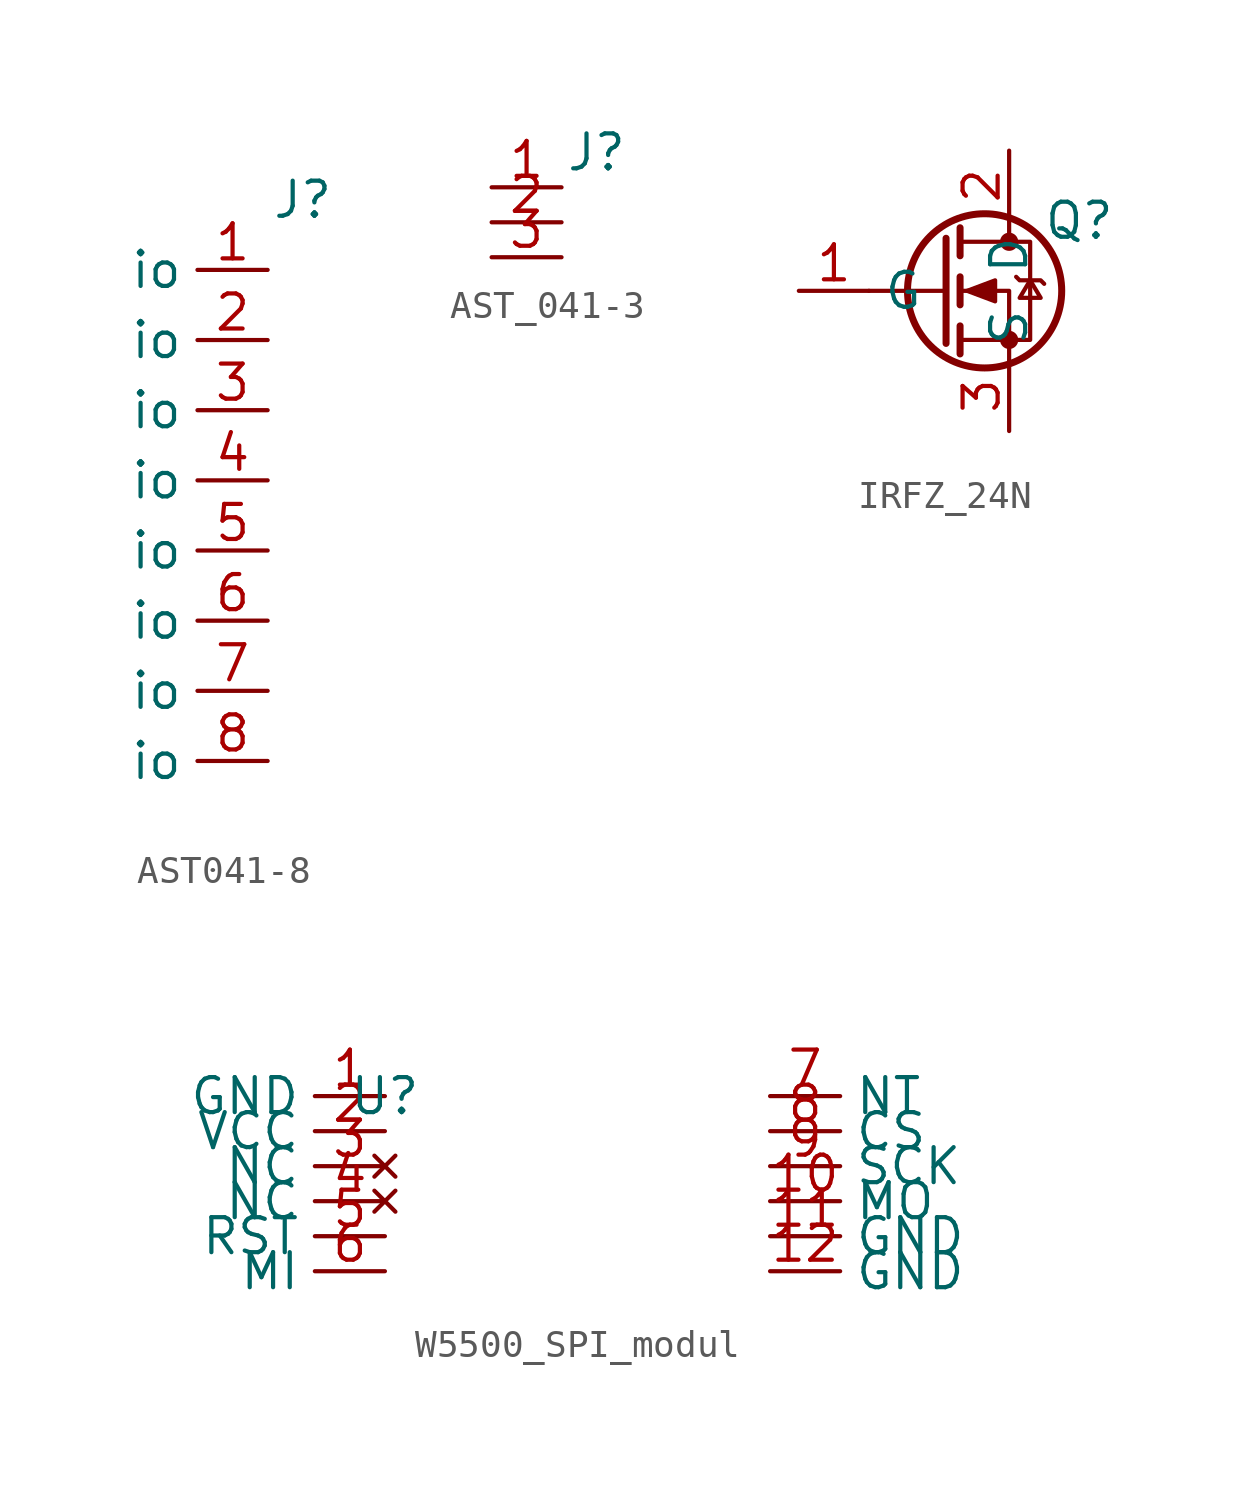
<source format=kicad_sym>
(kicad_symbol_lib
  (version 20220914)
  (generator kicad_symbol_editor)
  (symbol "AST041-8"
    (property "Reference" "J"
      (at 1.27 2.54 0)
      (effects (font (size 1.27 1.27))))
    (property "Value" ""
      (at 1.27 2.54 0)
      (effects (font (size 1.27 1.27))))
    (symbol "AST041-8_1_1"
      (pin bidirectional line (at 0 0 180) (length 2.54) (name "io" (effects (font (size 1.27 1.27)))) (number "1" (effects (font (size 1.27 1.27)))))
      (pin bidirectional line (at 0 -2.54 180) (length 2.54) (name "io" (effects (font (size 1.27 1.27)))) (number "2" (effects (font (size 1.27 1.27)))))
      (pin bidirectional line (at 0 -5.08 180) (length 2.54) (name "io" (effects (font (size 1.27 1.27)))) (number "3" (effects (font (size 1.27 1.27)))))
      (pin bidirectional line (at 0 -7.62 180) (length 2.54) (name "io" (effects (font (size 1.27 1.27)))) (number "4" (effects (font (size 1.27 1.27)))))
      (pin bidirectional line (at 0 -10.16 180) (length 2.54) (name "io" (effects (font (size 1.27 1.27)))) (number "5" (effects (font (size 1.27 1.27)))))
      (pin bidirectional line (at 0 -12.7 180) (length 2.54) (name "io" (effects (font (size 1.27 1.27)))) (number "6" (effects (font (size 1.27 1.27)))))
      (pin bidirectional line (at 0 -15.24 180) (length 2.54) (name "io" (effects (font (size 1.27 1.27)))) (number "7" (effects (font (size 1.27 1.27)))))
      (pin bidirectional line (at 0 -17.78 180) (length 2.54) (name "io" (effects (font (size 1.27 1.27)))) (number "8" (effects (font (size 1.27 1.27)))))))
  (symbol "AST_041-3"
    (property "Reference" "J"
      (at 2.54 2.54 0)
      (effects (font (size 1.27 1.27))))
    (property "Value" ""
      (at 0 2.54 0)
      (effects (font (size 1.27 1.27))))
    (symbol "AST_041-3_1_1"
      (pin bidirectional line (at -1.27 1.27 0) (length 2.54) (name "" (effects (font (size 1.27 1.27)))) (number "1" (effects (font (size 1.27 1.27)))))
      (pin bidirectional line (at -1.27 0 0) (length 2.54) (name "" (effects (font (size 1.27 1.27)))) (number "2" (effects (font (size 1.27 1.27)))))
      (pin bidirectional line (at -1.27 -1.27 0) (length 2.54) (name "" (effects (font (size 1.27 1.27)))) (number "3" (effects (font (size 1.27 1.27)))))))
  (symbol "IRFZ_24N"
    (property "Reference" "Q"
      (at 3.81 2.54 0)
      (effects (font (size 1.27 1.27))))
    (property "Value" ""
      (at -2.54 3.81 0)
      (effects (font (size 1.27 1.27))))
    (symbol "IRFZ_24N_0_1"
      (polyline (pts (xy -1.016 0) (xy -3.81 0)) (stroke (width 0) (type default)) (fill (type none)))
      (polyline (pts (xy -1.016 1.905) (xy -1.016 -1.905)) (stroke (width 0.254) (type default)) (fill (type none)))
      (polyline (pts (xy -0.508 -1.27) (xy -0.508 -2.286)) (stroke (width 0.254) (type default)) (fill (type none)))
      (polyline (pts (xy -0.508 0.508) (xy -0.508 -0.508)) (stroke (width 0.254) (type default)) (fill (type none)))
      (polyline (pts (xy -0.508 2.286) (xy -0.508 1.27)) (stroke (width 0.254) (type default)) (fill (type none)))
      (polyline (pts (xy 1.27 2.54) (xy 1.27 1.778)) (stroke (width 0) (type default)) (fill (type none)))
      (polyline (pts (xy 1.27 -2.54) (xy 1.27 0) (xy -0.508 0)) (stroke (width 0) (type default)) (fill (type none)))
      (polyline (pts (xy -0.508 -1.778) (xy 2.032 -1.778) (xy 2.032 1.778) (xy -0.508 1.778)) (stroke (width 0) (type default)) (fill (type none)))
      (polyline (pts (xy -0.254 0) (xy 0.762 0.381) (xy 0.762 -0.381) (xy -0.254 0)) (stroke (width 0) (type default)) (fill (type outline)))
      (polyline (pts (xy 1.524 0.508) (xy 1.651 0.381) (xy 2.413 0.381) (xy 2.54 0.254)) (stroke (width 0) (type default)) (fill (type none)))
      (polyline (pts (xy 2.032 0.381) (xy 1.651 -0.254) (xy 2.413 -0.254) (xy 2.032 0.381)) (stroke (width 0) (type default)) (fill (type none)))
      (circle (center 0.381 0) (radius 2.794) (stroke (width 0.254) (type default)) (fill (type none)))
      (circle (center 1.27 -1.778) (radius 0.254) (stroke (width 0) (type default)) (fill (type outline)))
      (circle (center 1.27 1.778) (radius 0.254) (stroke (width 0) (type default)) (fill (type outline))))
    (symbol "IRFZ_24N_1_1"
      (pin input line (at -6.35 0 0) (length 2.54) (name "G" (effects (font (size 1.27 1.27)))) (number "1" (effects (font (size 1.27 1.27)))))
      (pin passive line (at 1.27 5.08 270) (length 2.54) (name "D" (effects (font (size 1.27 1.27)))) (number "2" (effects (font (size 1.27 1.27)))))
      (pin passive line (at 1.27 -5.08 90) (length 2.54) (name "S" (effects (font (size 1.27 1.27)))) (number "3" (effects (font (size 1.27 1.27)))))))
  (symbol "W5500_SPI_modul"
    (property "Reference" "U"
      (at 0 0 0)
      (effects (font (size 1.27 1.27))))
    (property "Value" ""
      (at 0 0 0)
      (effects (font (size 1.27 1.27))))
    (symbol "W5500_SPI_modul_1_1"
      (pin power_in line (at 0 0 180) (length 2.54) (name "GND" (effects (font (size 1.27 1.27)))) (number "1" (effects (font (size 1.27 1.27)))))
      (pin input line (at 13.97 -3.81 0) (length 2.54) (name "MO" (effects (font (size 1.27 1.27)))) (number "10" (effects (font (size 1.27 1.27)))))
      (pin power_in line (at 13.97 -5.08 0) (length 2.54) (name "GND" (effects (font (size 1.27 1.27)))) (number "11" (effects (font (size 1.27 1.27)))))
      (pin power_in line (at 13.97 -6.35 0) (length 2.54) (name "GND" (effects (font (size 1.27 1.27)))) (number "12" (effects (font (size 1.27 1.27)))))
      (pin power_in line (at 0 -1.27 180) (length 2.54) (name "VCC" (effects (font (size 1.27 1.27)))) (number "2" (effects (font (size 1.27 1.27)))))
      (pin no_connect line (at 0 -2.54 180) (length 2.54) (name "NC" (effects (font (size 1.27 1.27)))) (number "3" (effects (font (size 1.27 1.27)))))
      (pin no_connect line (at 0 -3.81 180) (length 2.54) (name "NC" (effects (font (size 1.27 1.27)))) (number "4" (effects (font (size 1.27 1.27)))))
      (pin input line (at 0 -5.08 180) (length 2.54) (name "RST" (effects (font (size 1.27 1.27)))) (number "5" (effects (font (size 1.27 1.27)))))
      (pin output line (at 0 -6.35 180) (length 2.54) (name "MI" (effects (font (size 1.27 1.27)))) (number "6" (effects (font (size 1.27 1.27)))))
      (pin unspecified line (at 13.97 0 0) (length 2.54) (name "NT" (effects (font (size 1.27 1.27)))) (number "7" (effects (font (size 1.27 1.27)))))
      (pin input line (at 13.97 -1.27 0) (length 2.54) (name "CS" (effects (font (size 1.27 1.27)))) (number "8" (effects (font (size 1.27 1.27)))))
      (pin input line (at 13.97 -2.54 0) (length 2.54) (name "SCK" (effects (font (size 1.27 1.27)))) (number "9" (effects (font (size 1.27 1.27))))))))
</source>
